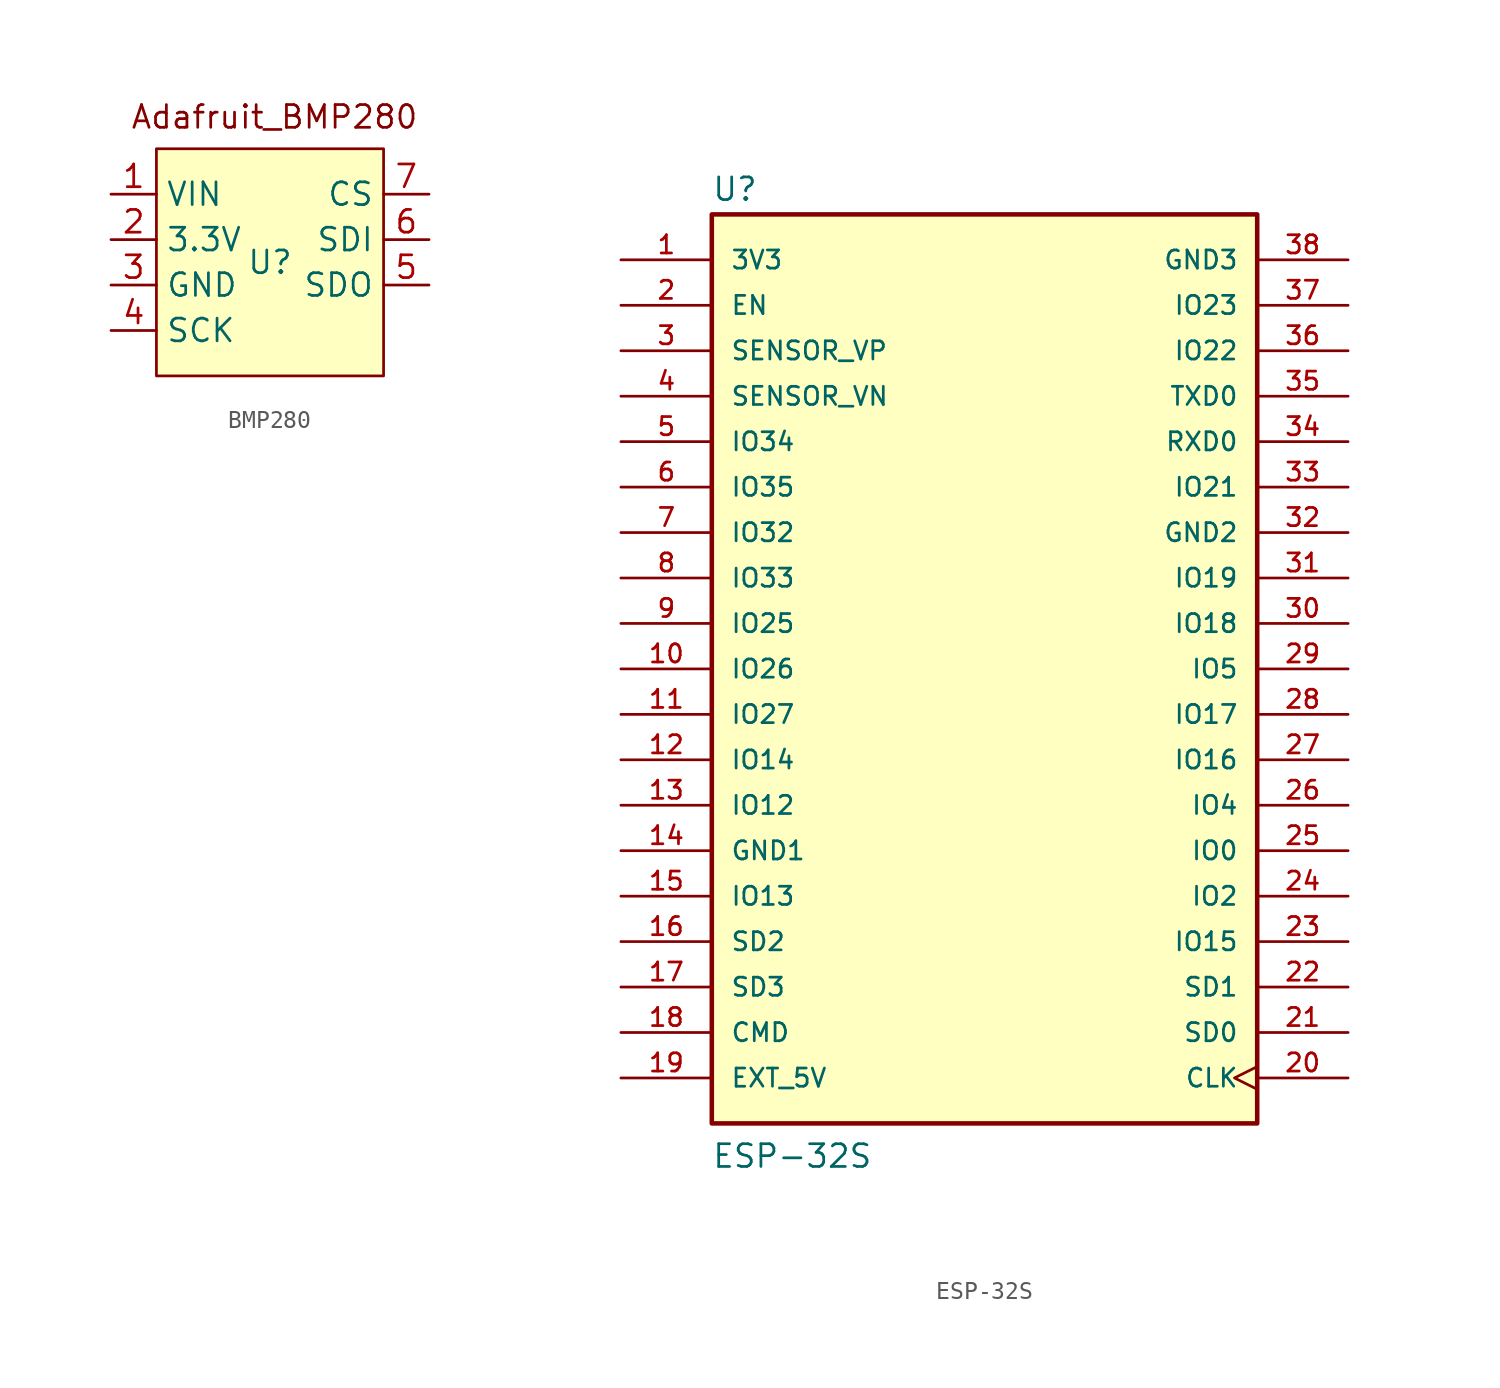
<source format=kicad_sym>
(kicad_symbol_lib
  (version 20241209)
  (generator "kicad_symbol_editor")
  (generator_version "9.0")
  (symbol "BMP280"
    (property "Reference" "U"
      (at 0 0 0)
      (effects (font (size 1.27 1.27))))
    (property "Value" ""
      (at 0 0 0)
      (effects (font (size 1.27 1.27))))
    (symbol "BMP280_1_1"
      (rectangle (start -6.35 6.35) (end 6.35 -6.35) (stroke (width 0) (type solid)) (fill (type background)))
      (text "Adafruit_BMP280" (at 0.254 8.128 0) (effects (font (size 1.27 1.27))))
      (pin input line (at -8.89 3.81 0) (length 2.54) (name "VIN" (effects (font (size 1.27 1.27)))) (number "1" (effects (font (size 1.27 1.27)))))
      (pin input line (at -8.89 1.27 0) (length 2.54) (name "3.3V" (effects (font (size 1.27 1.27)))) (number "2" (effects (font (size 1.27 1.27)))))
      (pin input line (at -8.89 -1.27 0) (length 2.54) (name "GND" (effects (font (size 1.27 1.27)))) (number "3" (effects (font (size 1.27 1.27)))))
      (pin input line (at -8.89 -3.81 0) (length 2.54) (name "SCK" (effects (font (size 1.27 1.27)))) (number "4" (effects (font (size 1.27 1.27)))))
      (pin input line (at 8.89 3.81 180) (length 2.54) (name "CS" (effects (font (size 1.27 1.27)))) (number "7" (effects (font (size 1.27 1.27)))))
      (pin input line (at 8.89 1.27 180) (length 2.54) (name "SDI" (effects (font (size 1.27 1.27)))) (number "6" (effects (font (size 1.27 1.27)))))
      (pin input line (at 8.89 -1.27 180) (length 2.54) (name "SDO" (effects (font (size 1.27 1.27)))) (number "5" (effects (font (size 1.27 1.27)))))))
  (symbol "ESP-32S"
    (pin_names
      (offset 1.016))
    (property "Reference" "U"
      (at -15.257 26.064 0)
      (effects (font (size 1.27 1.27)) (justify left bottom)))
    (property "Value" "ESP-32S"
      (at -15.256 -27.97 0)
      (effects (font (size 1.27 1.27)) (justify left bottom)))
    (symbol "ESP-32S_0_0"
      (rectangle (start -15.24 -25.4) (end 15.24 25.4) (stroke (width 0.254) (type default)) (fill (type background)))
      (pin power_in line (at -20.32 22.86 0) (length 5.08) (name "3V3" (effects (font (size 1.016 1.016)))) (number "1" (effects (font (size 1.016 1.016)))))
      (pin input line (at -20.32 20.32 0) (length 5.08) (name "EN" (effects (font (size 1.016 1.016)))) (number "2" (effects (font (size 1.016 1.016)))))
      (pin input line (at -20.32 17.78 0) (length 5.08) (name "SENSOR_VP" (effects (font (size 1.016 1.016)))) (number "3" (effects (font (size 1.016 1.016)))))
      (pin input line (at -20.32 15.24 0) (length 5.08) (name "SENSOR_VN" (effects (font (size 1.016 1.016)))) (number "4" (effects (font (size 1.016 1.016)))))
      (pin bidirectional line (at -20.32 12.7 0) (length 5.08) (name "IO34" (effects (font (size 1.016 1.016)))) (number "5" (effects (font (size 1.016 1.016)))))
      (pin bidirectional line (at -20.32 10.16 0) (length 5.08) (name "IO35" (effects (font (size 1.016 1.016)))) (number "6" (effects (font (size 1.016 1.016)))))
      (pin bidirectional line (at -20.32 7.62 0) (length 5.08) (name "IO32" (effects (font (size 1.016 1.016)))) (number "7" (effects (font (size 1.016 1.016)))))
      (pin bidirectional line (at -20.32 5.08 0) (length 5.08) (name "IO33" (effects (font (size 1.016 1.016)))) (number "8" (effects (font (size 1.016 1.016)))))
      (pin bidirectional line (at -20.32 2.54 0) (length 5.08) (name "IO25" (effects (font (size 1.016 1.016)))) (number "9" (effects (font (size 1.016 1.016)))))
      (pin bidirectional line (at -20.32 0 0) (length 5.08) (name "IO26" (effects (font (size 1.016 1.016)))) (number "10" (effects (font (size 1.016 1.016)))))
      (pin bidirectional line (at -20.32 -2.54 0) (length 5.08) (name "IO27" (effects (font (size 1.016 1.016)))) (number "11" (effects (font (size 1.016 1.016)))))
      (pin bidirectional line (at -20.32 -5.08 0) (length 5.08) (name "IO14" (effects (font (size 1.016 1.016)))) (number "12" (effects (font (size 1.016 1.016)))))
      (pin bidirectional line (at -20.32 -7.62 0) (length 5.08) (name "IO12" (effects (font (size 1.016 1.016)))) (number "13" (effects (font (size 1.016 1.016)))))
      (pin power_in line (at -20.32 -10.16 0) (length 5.08) (name "GND1" (effects (font (size 1.016 1.016)))) (number "14" (effects (font (size 1.016 1.016)))))
      (pin bidirectional line (at -20.32 -12.7 0) (length 5.08) (name "IO13" (effects (font (size 1.016 1.016)))) (number "15" (effects (font (size 1.016 1.016)))))
      (pin bidirectional line (at -20.32 -15.24 0) (length 5.08) (name "SD2" (effects (font (size 1.016 1.016)))) (number "16" (effects (font (size 1.016 1.016)))))
      (pin bidirectional line (at -20.32 -17.78 0) (length 5.08) (name "SD3" (effects (font (size 1.016 1.016)))) (number "17" (effects (font (size 1.016 1.016)))))
      (pin bidirectional line (at -20.32 -20.32 0) (length 5.08) (name "CMD" (effects (font (size 1.016 1.016)))) (number "18" (effects (font (size 1.016 1.016)))))
      (pin power_in line (at -20.32 -22.86 0) (length 5.08) (name "EXT_5V" (effects (font (size 1.016 1.016)))) (number "19" (effects (font (size 1.016 1.016)))))
      (pin power_in line (at 20.32 22.86 180) (length 5.08) (name "GND3" (effects (font (size 1.016 1.016)))) (number "38" (effects (font (size 1.016 1.016)))))
      (pin bidirectional line (at 20.32 20.32 180) (length 5.08) (name "IO23" (effects (font (size 1.016 1.016)))) (number "37" (effects (font (size 1.016 1.016)))))
      (pin bidirectional line (at 20.32 17.78 180) (length 5.08) (name "IO22" (effects (font (size 1.016 1.016)))) (number "36" (effects (font (size 1.016 1.016)))))
      (pin output line (at 20.32 15.24 180) (length 5.08) (name "TXD0" (effects (font (size 1.016 1.016)))) (number "35" (effects (font (size 1.016 1.016)))))
      (pin input line (at 20.32 12.7 180) (length 5.08) (name "RXD0" (effects (font (size 1.016 1.016)))) (number "34" (effects (font (size 1.016 1.016)))))
      (pin bidirectional line (at 20.32 10.16 180) (length 5.08) (name "IO21" (effects (font (size 1.016 1.016)))) (number "33" (effects (font (size 1.016 1.016)))))
      (pin power_in line (at 20.32 7.62 180) (length 5.08) (name "GND2" (effects (font (size 1.016 1.016)))) (number "32" (effects (font (size 1.016 1.016)))))
      (pin bidirectional line (at 20.32 5.08 180) (length 5.08) (name "IO19" (effects (font (size 1.016 1.016)))) (number "31" (effects (font (size 1.016 1.016)))))
      (pin bidirectional line (at 20.32 2.54 180) (length 5.08) (name "IO18" (effects (font (size 1.016 1.016)))) (number "30" (effects (font (size 1.016 1.016)))))
      (pin bidirectional line (at 20.32 0 180) (length 5.08) (name "IO5" (effects (font (size 1.016 1.016)))) (number "29" (effects (font (size 1.016 1.016)))))
      (pin bidirectional line (at 20.32 -2.54 180) (length 5.08) (name "IO17" (effects (font (size 1.016 1.016)))) (number "28" (effects (font (size 1.016 1.016)))))
      (pin bidirectional line (at 20.32 -5.08 180) (length 5.08) (name "IO16" (effects (font (size 1.016 1.016)))) (number "27" (effects (font (size 1.016 1.016)))))
      (pin bidirectional line (at 20.32 -7.62 180) (length 5.08) (name "IO4" (effects (font (size 1.016 1.016)))) (number "26" (effects (font (size 1.016 1.016)))))
      (pin bidirectional line (at 20.32 -10.16 180) (length 5.08) (name "IO0" (effects (font (size 1.016 1.016)))) (number "25" (effects (font (size 1.016 1.016)))))
      (pin bidirectional line (at 20.32 -12.7 180) (length 5.08) (name "IO2" (effects (font (size 1.016 1.016)))) (number "24" (effects (font (size 1.016 1.016)))))
      (pin bidirectional line (at 20.32 -15.24 180) (length 5.08) (name "IO15" (effects (font (size 1.016 1.016)))) (number "23" (effects (font (size 1.016 1.016)))))
      (pin bidirectional line (at 20.32 -17.78 180) (length 5.08) (name "SD1" (effects (font (size 1.016 1.016)))) (number "22" (effects (font (size 1.016 1.016)))))
      (pin bidirectional line (at 20.32 -20.32 180) (length 5.08) (name "SD0" (effects (font (size 1.016 1.016)))) (number "21" (effects (font (size 1.016 1.016)))))
      (pin input clock (at 20.32 -22.86 180) (length 5.08) (name "CLK" (effects (font (size 1.016 1.016)))) (number "20" (effects (font (size 1.016 1.016))))))))
</source>
